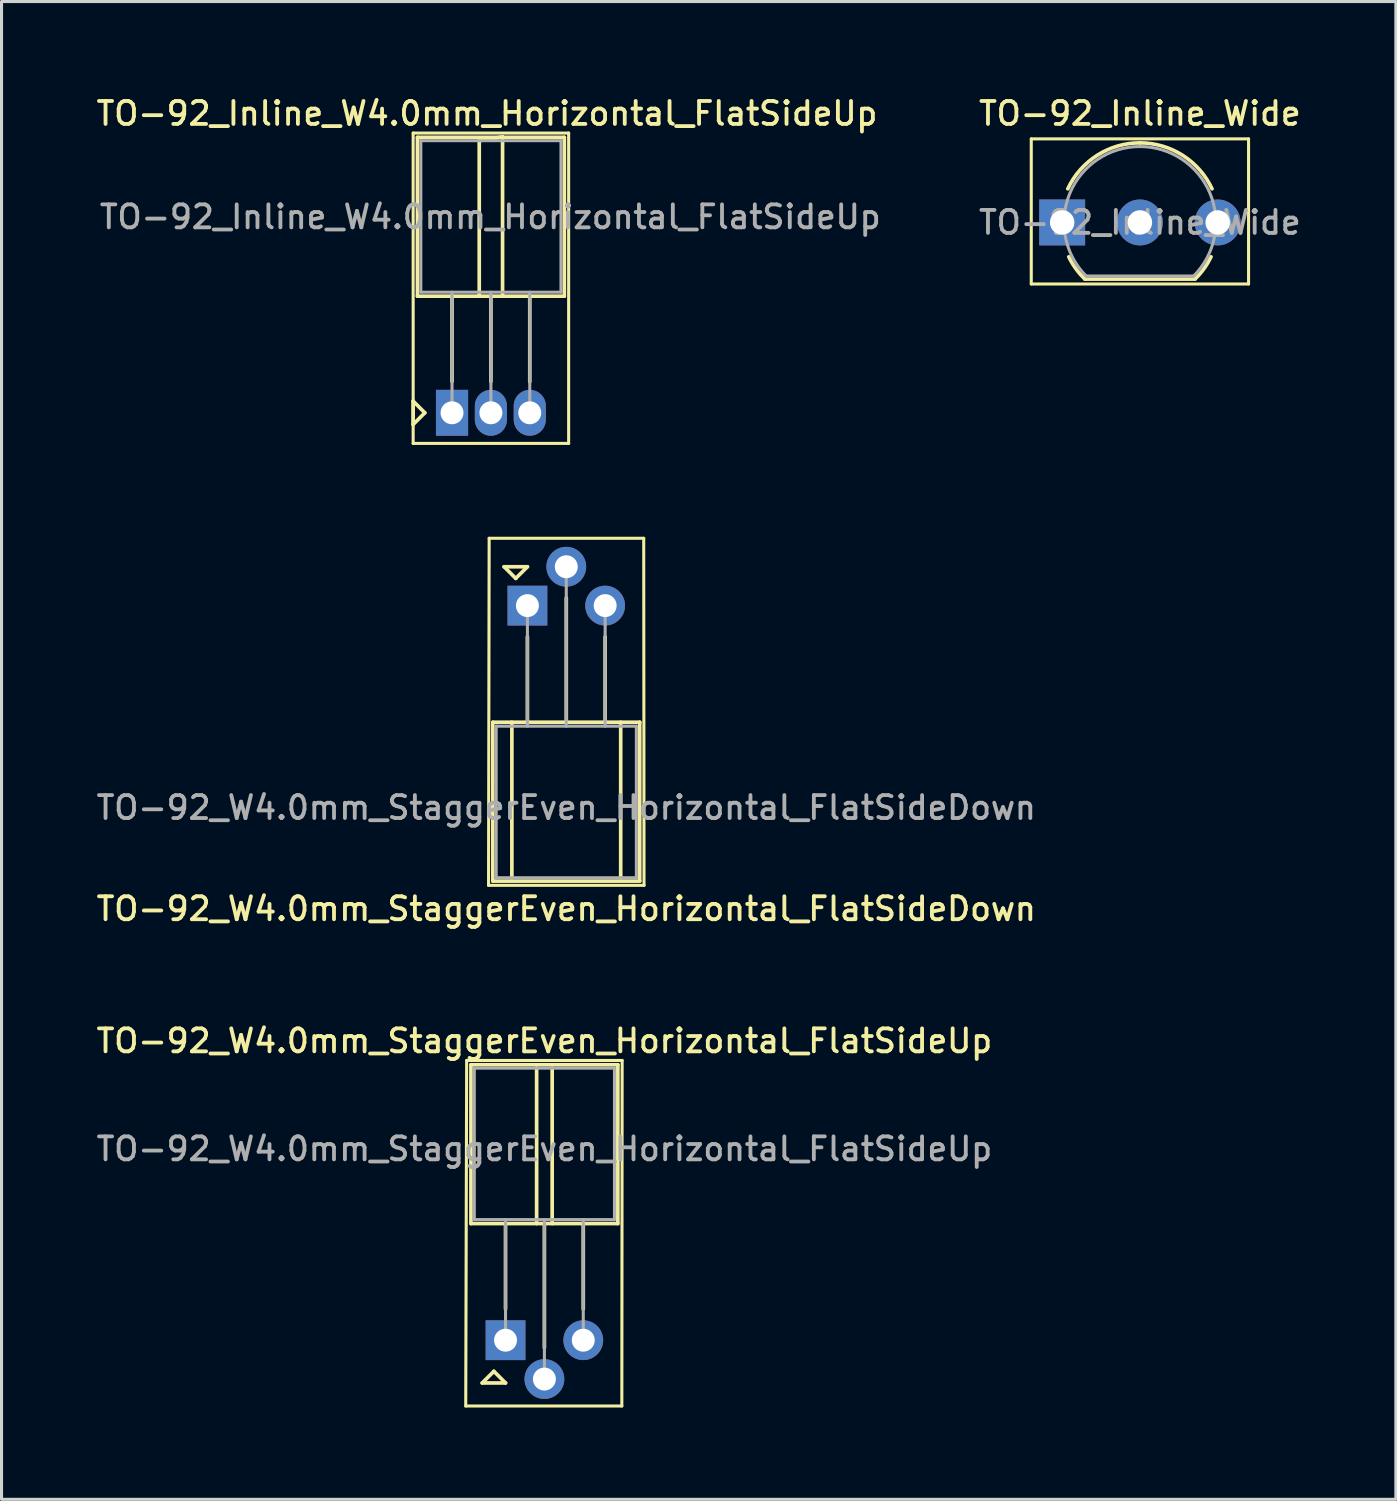
<source format=kicad_pcb>
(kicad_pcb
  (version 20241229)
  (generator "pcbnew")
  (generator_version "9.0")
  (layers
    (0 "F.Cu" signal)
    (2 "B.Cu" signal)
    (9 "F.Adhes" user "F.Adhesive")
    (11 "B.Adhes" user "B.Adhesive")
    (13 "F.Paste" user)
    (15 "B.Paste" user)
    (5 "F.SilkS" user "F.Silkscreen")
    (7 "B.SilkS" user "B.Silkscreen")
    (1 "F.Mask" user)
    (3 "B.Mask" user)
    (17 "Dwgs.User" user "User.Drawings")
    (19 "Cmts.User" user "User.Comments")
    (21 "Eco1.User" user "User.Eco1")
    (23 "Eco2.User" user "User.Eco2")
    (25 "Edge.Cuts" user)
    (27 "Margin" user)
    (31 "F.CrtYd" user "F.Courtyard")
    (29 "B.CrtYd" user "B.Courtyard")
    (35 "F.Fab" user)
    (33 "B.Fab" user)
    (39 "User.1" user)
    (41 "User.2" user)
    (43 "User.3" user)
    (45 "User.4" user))
  (footprint "TO-92_Inline_W4.0mm_Horizontal_FlatSideUp"
    (layer "F.Cu")
    (at 11.719 10.437)
    (property "Reference" "TO-92_Inline_W4.0mm_Horizontal_FlatSideUp" (at 1.143 -9.779 0) (layer "F.SilkS") (effects (font (size 0.75 0.75) (thickness 0.125))))
    (attr through_hole)
    (fp_line (start -1.27 -9.14) (end -1.27 1) (stroke (width 0.1) (type solid)) (layer "F.SilkS"))
    (fp_line (start -1.27 -9.14) (end 3.81 -9.14) (stroke (width 0.1) (type solid)) (layer "F.SilkS"))
    (fp_line (start -1.27 -0.381) (end -1.27 0.381) (stroke (width 0.12) (type solid)) (layer "F.SilkS"))
    (fp_line (start -1.27 0.381) (end -0.889 0) (stroke (width 0.12) (type solid)) (layer "F.SilkS"))
    (fp_line (start -1.13 -9) (end -1.13 -3.81) (stroke (width 0.12) (type solid)) (layer "F.SilkS"))
    (fp_line (start -1.13 -3.81) (end 3.67 -3.81) (stroke (width 0.12) (type solid)) (layer "F.SilkS"))
    (fp_line (start -0.889 0) (end -1.27 -0.381) (stroke (width 0.12) (type solid)) (layer "F.SilkS"))
    (fp_line (start 0 -1.02) (end 0 -3.81) (stroke (width 0.12) (type solid)) (layer "F.SilkS"))
    (fp_line (start 0.889 -8.89) (end 1.651 -9.017) (stroke (width 0.12) (type solid)) (layer "F.SilkS"))
    (fp_line (start 0.889 -3.81) (end 0.889 -8.89) (stroke (width 0.12) (type solid)) (layer "F.SilkS"))
    (fp_line (start 1.27 -1.02) (end 1.27 -3.81) (stroke (width 0.12) (type solid)) (layer "F.SilkS"))
    (fp_line (start 1.651 -9.017) (end 1.651 -3.81) (stroke (width 0.12) (type solid)) (layer "F.SilkS"))
    (fp_line (start 2.54 -1.02) (end 2.54 -3.81) (stroke (width 0.12) (type solid)) (layer "F.SilkS"))
    (fp_line (start 3.67 -9) (end -1.13 -9) (stroke (width 0.12) (type solid)) (layer "F.SilkS"))
    (fp_line (start 3.67 -3.81) (end 3.67 -9) (stroke (width 0.12) (type solid)) (layer "F.SilkS"))
    (fp_line (start 3.81 1) (end -1.27 1) (stroke (width 0.1) (type solid)) (layer "F.SilkS"))
    (fp_line (start 3.81 1) (end 3.81 -9.14) (stroke (width 0.1) (type solid)) (layer "F.SilkS"))
    (fp_line (start -1.02 -8.89) (end -1.02 -3.94) (stroke (width 0.1) (type solid)) (layer "F.Fab"))
    (fp_line (start -1.02 -3.94) (end 3.56 -3.94) (stroke (width 0.1) (type solid)) (layer "F.Fab"))
    (fp_line (start 0 -3.94) (end 0 0) (stroke (width 0.1) (type solid)) (layer "F.Fab"))
    (fp_line (start 1.27 -3.94) (end 1.27 0) (stroke (width 0.1) (type solid)) (layer "F.Fab"))
    (fp_line (start 2.54 -3.94) (end 2.54 0) (stroke (width 0.1) (type solid)) (layer "F.Fab"))
    (fp_line (start 3.56 -8.89) (end -1.02 -8.89) (stroke (width 0.1) (type solid)) (layer "F.Fab"))
    (fp_line (start 3.56 -3.94) (end 3.56 -8.89) (stroke (width 0.1) (type solid)) (layer "F.Fab"))
    (fp_text user "${REFERENCE}" (at 1.25 -6.4 0) (layer "F.Fab") (effects (font (size 0.75 0.75) (thickness 0.125))))
    (pad "1" thru_hole rect (at 0 0) (size 1.05 1.5) (drill 0.75) (layers "*.Cu" "*.Mask"))
    (pad "2" thru_hole oval (at 1.27 0) (size 1.05 1.5) (drill 0.75) (layers "*.Cu" "*.Mask"))
    (pad "3" thru_hole oval (at 2.54 0) (size 1.05 1.5) (drill 0.75) (layers "*.Cu" "*.Mask")))
  (footprint "TO-92_W4.0mm_StaggerEven_Horizontal_FlatSideDown"
    (layer "F.Cu")
    (at 14.182 16.737)
    (property "Reference" "TO-92_W4.0mm_StaggerEven_Horizontal_FlatSideDown" (at 1.27 9.906 0) (layer "F.SilkS") (effects (font (size 0.75 0.75) (thickness 0.125))))
    (attr through_hole)
    (fp_line (start -1.25 -2.2) (end -1.27 9.14) (stroke (width 0.1) (type solid)) (layer "F.SilkS"))
    (fp_line (start -1.25 -2.2) (end 3.8 -2.2) (stroke (width 0.1) (type solid)) (layer "F.SilkS"))
    (fp_line (start -1.13 3.81) (end 3.67 3.81) (stroke (width 0.12) (type solid)) (layer "F.SilkS"))
    (fp_line (start -1.13 9) (end -1.13 3.81) (stroke (width 0.12) (type solid)) (layer "F.SilkS"))
    (fp_line (start -0.762 -1.27) (end -0.381 -0.889) (stroke (width 0.12) (type solid)) (layer "F.SilkS"))
    (fp_line (start -0.508 3.81) (end -0.508 8.89) (stroke (width 0.12) (type solid)) (layer "F.SilkS"))
    (fp_line (start -0.381 -0.889) (end 0 -1.27) (stroke (width 0.12) (type solid)) (layer "F.SilkS"))
    (fp_line (start 0 -1.27) (end -0.762 -1.27) (stroke (width 0.12) (type solid)) (layer "F.SilkS"))
    (fp_line (start 0 1.02) (end 0 3.81) (stroke (width 0.12) (type solid)) (layer "F.SilkS"))
    (fp_line (start 1.27 -0.25) (end 1.27 3.81) (stroke (width 0.12) (type solid)) (layer "F.SilkS"))
    (fp_line (start 2.54 1.02) (end 2.54 3.81) (stroke (width 0.12) (type solid)) (layer "F.SilkS"))
    (fp_line (start 3.048 8.89) (end 3.048 3.81) (stroke (width 0.12) (type solid)) (layer "F.SilkS"))
    (fp_line (start 3.67 3.81) (end 3.67 9) (stroke (width 0.12) (type solid)) (layer "F.SilkS"))
    (fp_line (start 3.67 9) (end -1.13 9) (stroke (width 0.12) (type solid)) (layer "F.SilkS"))
    (fp_line (start 3.81 9.14) (end -1.27 9.14) (stroke (width 0.1) (type solid)) (layer "F.SilkS"))
    (fp_line (start 3.81 9.14) (end 3.8 -2.2) (stroke (width 0.1) (type solid)) (layer "F.SilkS"))
    (fp_line (start -1.02 3.94) (end 3.56 3.94) (stroke (width 0.1) (type solid)) (layer "F.Fab"))
    (fp_line (start -1.02 8.89) (end -1.02 3.94) (stroke (width 0.1) (type solid)) (layer "F.Fab"))
    (fp_line (start 0 3.94) (end 0 0) (stroke (width 0.1) (type solid)) (layer "F.Fab"))
    (fp_line (start 1.27 3.94) (end 1.27 -1.27) (stroke (width 0.1) (type solid)) (layer "F.Fab"))
    (fp_line (start 2.54 3.94) (end 2.54 0) (stroke (width 0.1) (type solid)) (layer "F.Fab"))
    (fp_line (start 3.56 3.94) (end 3.56 8.89) (stroke (width 0.1) (type solid)) (layer "F.Fab"))
    (fp_line (start 3.56 8.89) (end -1.02 8.89) (stroke (width 0.1) (type solid)) (layer "F.Fab"))
    (fp_text user "${REFERENCE}" (at 1.27 6.6 0) (layer "F.Fab") (effects (font (size 0.75 0.75) (thickness 0.125))))
    (pad "1" thru_hole rect (at 0 0 90) (size 1.3 1.3) (drill 0.75) (layers "*.Cu" "*.Mask"))
    (pad "2" thru_hole circle (at 1.27 -1.27 90) (size 1.3 1.3) (drill 0.75) (layers "*.Cu" "*.Mask"))
    (pad "3" thru_hole circle (at 2.54 0 90) (size 1.3 1.3) (drill 0.75) (layers "*.Cu" "*.Mask")))
  (footprint "TO-92_W4.0mm_StaggerEven_Horizontal_FlatSideUp"
    (layer "F.Cu")
    (at 13.467 40.738)
    (property "Reference" "TO-92_W4.0mm_StaggerEven_Horizontal_FlatSideUp" (at 1.27 -9.779 0) (layer "F.SilkS") (effects (font (size 0.75 0.75) (thickness 0.125))))
    (attr through_hole)
    (fp_line (start -1.27 -9.14) (end -1.3 2.15) (stroke (width 0.1) (type solid)) (layer "F.SilkS"))
    (fp_line (start -1.27 -9.14) (end 3.81 -9.14) (stroke (width 0.1) (type solid)) (layer "F.SilkS"))
    (fp_line (start -1.13 -9) (end -1.13 -3.81) (stroke (width 0.12) (type solid)) (layer "F.SilkS"))
    (fp_line (start -1.13 -3.81) (end 3.67 -3.81) (stroke (width 0.12) (type solid)) (layer "F.SilkS"))
    (fp_line (start -0.762 1.397) (end -0.381 1.016) (stroke (width 0.12) (type solid)) (layer "F.SilkS"))
    (fp_line (start -0.381 1.016) (end 0 1.397) (stroke (width 0.12) (type solid)) (layer "F.SilkS"))
    (fp_line (start 0 -1.02) (end 0 -3.81) (stroke (width 0.12) (type solid)) (layer "F.SilkS"))
    (fp_line (start 0 1.397) (end -0.762 1.397) (stroke (width 0.12) (type solid)) (layer "F.SilkS"))
    (fp_line (start 1.016 -3.81) (end 1.016 -8.89) (stroke (width 0.12) (type solid)) (layer "F.SilkS"))
    (fp_line (start 1.27 0.25) (end 1.27 -3.81) (stroke (width 0.12) (type solid)) (layer "F.SilkS"))
    (fp_line (start 1.524 -3.81) (end 1.524 -8.89) (stroke (width 0.12) (type solid)) (layer "F.SilkS"))
    (fp_line (start 2.54 -1.02) (end 2.54 -3.81) (stroke (width 0.12) (type solid)) (layer "F.SilkS"))
    (fp_line (start 3.67 -9) (end -1.13 -9) (stroke (width 0.12) (type solid)) (layer "F.SilkS"))
    (fp_line (start 3.67 -3.81) (end 3.67 -9) (stroke (width 0.12) (type solid)) (layer "F.SilkS"))
    (fp_line (start 3.8 2.15) (end -1.3 2.15) (stroke (width 0.1) (type solid)) (layer "F.SilkS"))
    (fp_line (start 3.8 2.15) (end 3.81 -9.14) (stroke (width 0.1) (type solid)) (layer "F.SilkS"))
    (fp_line (start -1.02 -8.89) (end -1.02 -3.94) (stroke (width 0.1) (type solid)) (layer "F.Fab"))
    (fp_line (start -1.02 -3.94) (end 3.56 -3.94) (stroke (width 0.1) (type solid)) (layer "F.Fab"))
    (fp_line (start 0 -3.94) (end 0 0) (stroke (width 0.1) (type solid)) (layer "F.Fab"))
    (fp_line (start 1.27 -3.94) (end 1.27 1.27) (stroke (width 0.1) (type solid)) (layer "F.Fab"))
    (fp_line (start 2.54 -3.94) (end 2.54 0) (stroke (width 0.1) (type solid)) (layer "F.Fab"))
    (fp_line (start 3.56 -8.89) (end -1.02 -8.89) (stroke (width 0.1) (type solid)) (layer "F.Fab"))
    (fp_line (start 3.56 -3.94) (end 3.56 -8.89) (stroke (width 0.1) (type solid)) (layer "F.Fab"))
    (fp_text user "${REFERENCE}" (at 1.27 -6.25 0) (layer "F.Fab") (effects (font (size 0.75 0.75) (thickness 0.125))))
    (pad "1" thru_hole rect (at 0 0 270) (size 1.3 1.3) (drill 0.75) (layers "*.Cu" "*.Mask"))
    (pad "2" thru_hole circle (at 1.27 1.27 270) (size 1.3 1.3) (drill 0.75) (layers "*.Cu" "*.Mask"))
    (pad "3" thru_hole circle (at 2.54 0 270) (size 1.3 1.3) (drill 0.75) (layers "*.Cu" "*.Mask")))
  (footprint "TO-92_Inline_Wide"
    (layer "F.Cu")
    (at 31.654 4.218)
    (property "Reference" "TO-92_Inline_Wide" (at 2.54 -3.56 0) (layer "F.SilkS") (effects (font (size 0.75 0.75) (thickness 0.125))))
    (attr through_hole)
    (fp_line (start -1.01 -2.73) (end -1.01 2.01) (stroke (width 0.1) (type solid)) (layer "F.SilkS"))
    (fp_line (start -1.01 -2.73) (end 6.09 -2.73) (stroke (width 0.1) (type solid)) (layer "F.SilkS"))
    (fp_line (start 0.74 1.85) (end 4.34 1.85) (stroke (width 0.12) (type solid)) (layer "F.SilkS"))
    (fp_line (start 6.09 2.01) (end -1.01 2.01) (stroke (width 0.1) (type solid)) (layer "F.SilkS"))
    (fp_line (start 6.09 2.01) (end 6.09 -2.73) (stroke (width 0.1) (type solid)) (layer "F.SilkS"))
    (fp_arc (start 0.1836 -1.098807) (mid 1.143021 -2.192817) (end 2.54 -2.6) (stroke (width 0.12) (type solid)) (layer "F.SilkS"))
    (fp_arc (start 0.74 1.85) (mid 0.446097 1.509328) (end 0.215816 1.122795) (stroke (width 0.12) (type solid)) (layer "F.SilkS"))
    (fp_arc (start 2.54 -2.6) (mid 3.936979 -2.192818) (end 4.8964 -1.098807) (stroke (width 0.12) (type solid)) (layer "F.SilkS"))
    (fp_arc (start 4.864184 1.122795) (mid 4.633903 1.509328) (end 4.34 1.85) (stroke (width 0.12) (type solid)) (layer "F.SilkS"))
    (fp_line (start 0.8 1.75) (end 4.3 1.75) (stroke (width 0.1) (type solid)) (layer "F.Fab"))
    (fp_arc (start 0.786375 1.753625) (mid 0.248779 -0.949055) (end 2.54 -2.48) (stroke (width 0.1) (type solid)) (layer "F.Fab"))
    (fp_arc (start 2.54 -2.48) (mid 4.831221 -0.949055) (end 4.293625 1.753625) (stroke (width 0.1) (type solid)) (layer "F.Fab"))
    (fp_text user "${REFERENCE}" (at 2.54 0 0) (layer "F.Fab") (effects (font (size 0.75 0.75) (thickness 0.125))))
    (pad "1" thru_hole rect (at 0 0) (size 1.5 1.5) (drill 0.8) (layers "*.Cu" "*.Mask"))
    (pad "2" thru_hole circle (at 2.54 0) (size 1.5 1.5) (drill 0.8) (layers "*.Cu" "*.Mask"))
    (pad "3" thru_hole circle (at 5.08 0) (size 1.5 1.5) (drill 0.8) (layers "*.Cu" "*.Mask")))
  (gr_rect
    (start -3 -3)
    (end 42.557 45.938)
    (stroke (width 0.1) (type default))
    (fill no)
    (layer "Edge.Cuts")))
</source>
